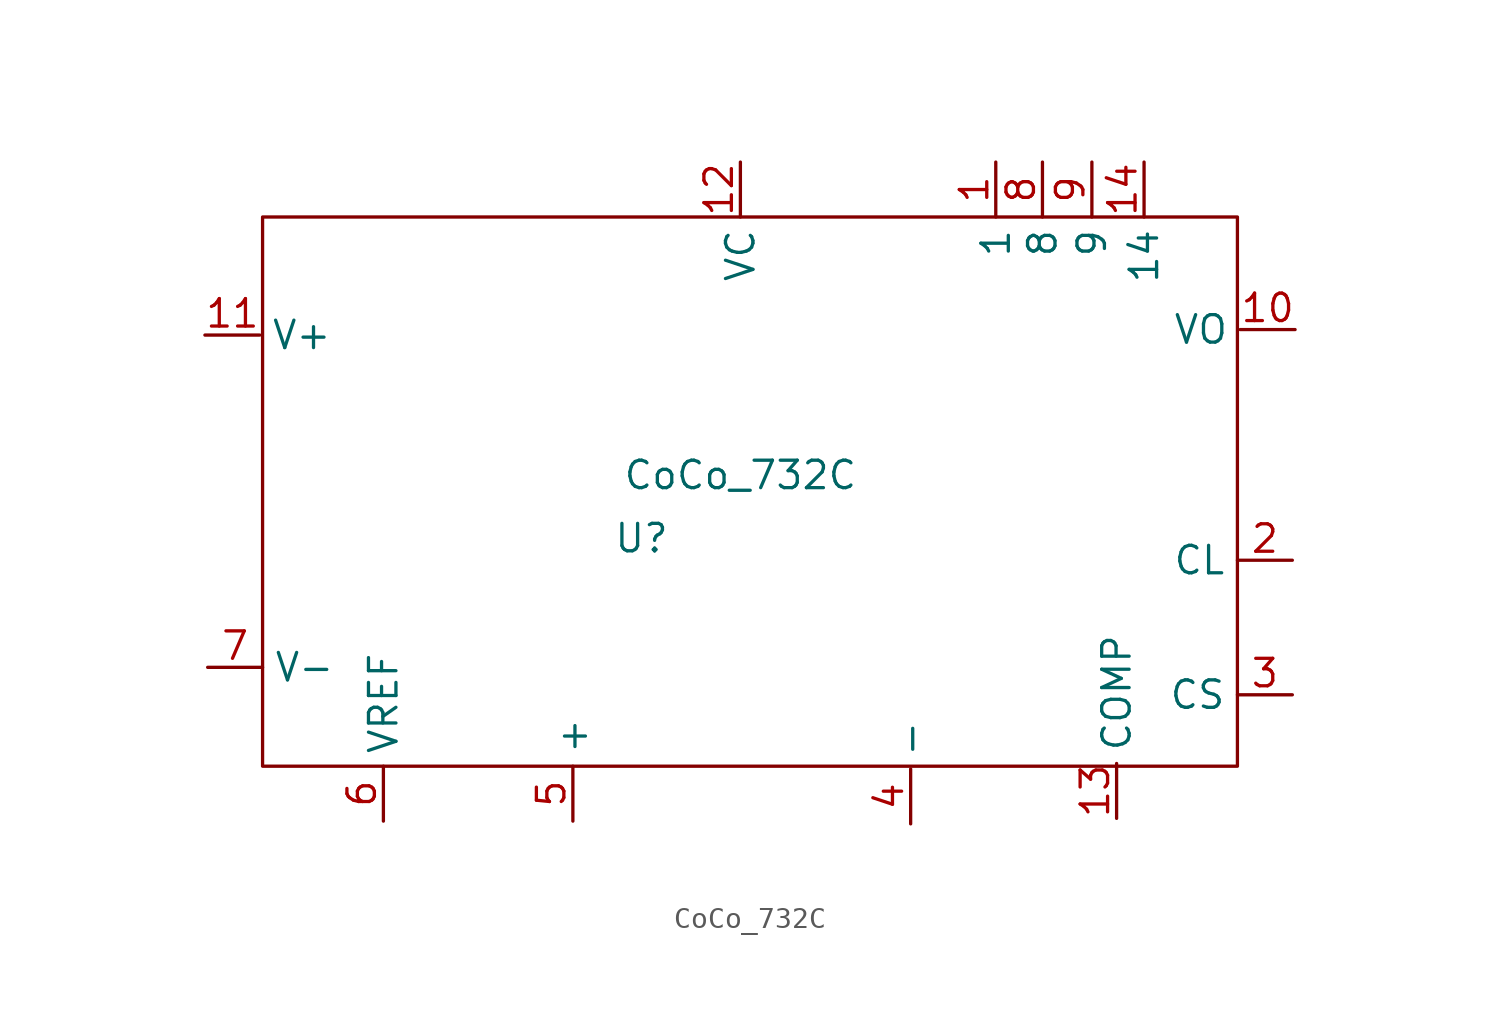
<source format=kicad_sym>
(kicad_symbol_lib
  (version 20211014)
  (generator kicad_symbol_editor)
  (symbol "CoCo_732C"
    (property "Reference" "U"
      (at -4.572 -2.921 0)
      (effects (font (size 1.27 1.27))))
    (property "Value" "CoCo_732C"
      (at 0 0 0)
      (effects (font (size 1.27 1.27))))
    (symbol "CoCo_732C_0_1"
      (rectangle (start -22.098 11.938) (end 22.987 -13.462) (stroke (width 0) (type default) (color 0 0 0 0)) (fill (type none))))
    (symbol "CoCo_732C_1_1"
      (pin input line (at 11.811 14.478 270) (length 2.54) (name "1" (effects (font (size 1.27 1.27)))) (number "1" (effects (font (size 1.27 1.27)))))
      (pin input line (at 25.654 6.731 180) (length 2.54) (name "VO" (effects (font (size 1.27 1.27)))) (number "10" (effects (font (size 1.27 1.27)))))
      (pin input line (at -24.765 6.477 0) (length 2.54) (name "V+" (effects (font (size 1.27 1.27)))) (number "11" (effects (font (size 1.27 1.27)))))
      (pin input line (at 0 14.478 270) (length 2.54) (name "VC" (effects (font (size 1.27 1.27)))) (number "12" (effects (font (size 1.27 1.27)))))
      (pin input line (at 17.399 -15.875 90) (length 2.54) (name "COMP" (effects (font (size 1.27 1.27)))) (number "13" (effects (font (size 1.27 1.27)))))
      (pin input line (at 18.669 14.478 270) (length 2.54) (name "14" (effects (font (size 1.27 1.27)))) (number "14" (effects (font (size 1.27 1.27)))))
      (pin input line (at 25.527 -3.937 180) (length 2.54) (name "CL" (effects (font (size 1.27 1.27)))) (number "2" (effects (font (size 1.27 1.27)))))
      (pin input line (at 25.527 -10.16 180) (length 2.54) (name "CS" (effects (font (size 1.27 1.27)))) (number "3" (effects (font (size 1.27 1.27)))))
      (pin input line (at 7.874 -16.129 90) (length 2.54) (name "-" (effects (font (size 1.27 1.27)))) (number "4" (effects (font (size 1.27 1.27)))))
      (pin input line (at -7.747 -16.002 90) (length 2.54) (name "+" (effects (font (size 1.27 1.27)))) (number "5" (effects (font (size 1.27 1.27)))))
      (pin input line (at -16.51 -16.002 90) (length 2.54) (name "VREF" (effects (font (size 1.27 1.27)))) (number "6" (effects (font (size 1.27 1.27)))))
      (pin input line (at -24.638 -8.89 0) (length 2.54) (name "V-" (effects (font (size 1.27 1.27)))) (number "7" (effects (font (size 1.27 1.27)))))
      (pin input line (at 13.97 14.478 270) (length 2.54) (name "8" (effects (font (size 1.27 1.27)))) (number "8" (effects (font (size 1.27 1.27)))))
      (pin input line (at 16.256 14.478 270) (length 2.54) (name "9" (effects (font (size 1.27 1.27)))) (number "9" (effects (font (size 1.27 1.27))))))))
</source>
